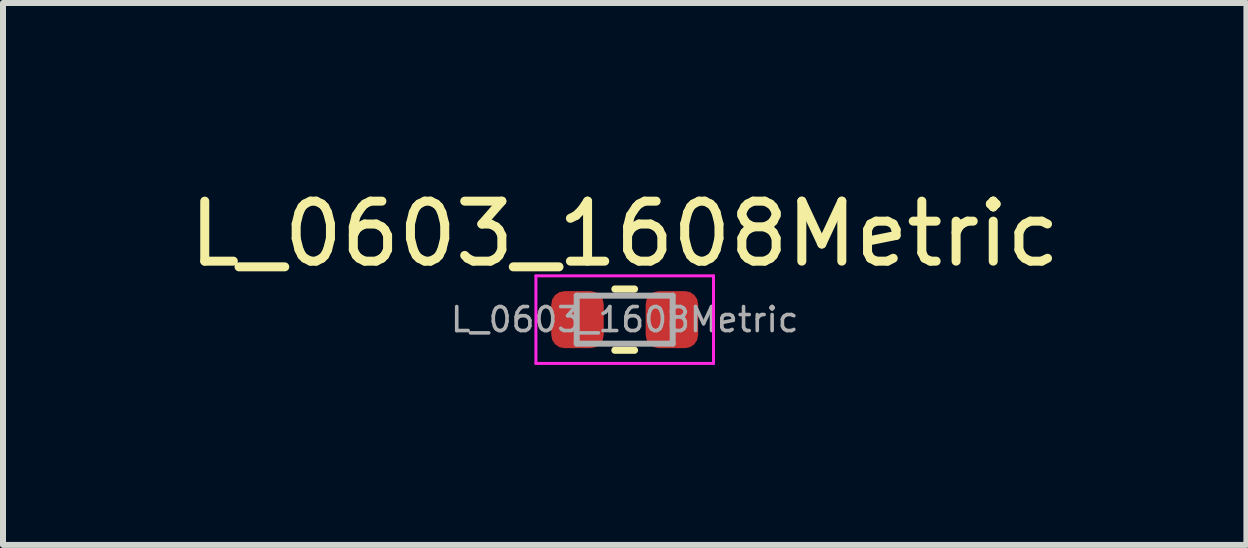
<source format=kicad_pcb>
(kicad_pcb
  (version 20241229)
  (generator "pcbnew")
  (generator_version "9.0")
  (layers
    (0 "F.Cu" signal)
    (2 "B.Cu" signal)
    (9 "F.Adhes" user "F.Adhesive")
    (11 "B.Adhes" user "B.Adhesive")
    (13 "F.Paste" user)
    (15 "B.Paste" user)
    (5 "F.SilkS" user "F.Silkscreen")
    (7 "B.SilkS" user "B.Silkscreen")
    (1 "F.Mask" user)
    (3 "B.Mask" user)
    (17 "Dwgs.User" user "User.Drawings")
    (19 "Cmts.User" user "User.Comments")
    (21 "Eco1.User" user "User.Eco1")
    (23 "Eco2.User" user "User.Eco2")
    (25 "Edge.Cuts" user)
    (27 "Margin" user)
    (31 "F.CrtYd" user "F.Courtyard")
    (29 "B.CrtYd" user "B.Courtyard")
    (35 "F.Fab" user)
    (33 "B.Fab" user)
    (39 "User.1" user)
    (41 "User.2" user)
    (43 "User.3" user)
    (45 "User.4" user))
  (footprint "L_0603_1608Metric"
    (layer "F.Cu")
    (at 7.363 2.278)
    (property "Reference" "L_0603_1608Metric" (at 0 -1.43 0) (layer "F.SilkS") (effects (font (size 1 1) (thickness 0.15))))
    (attr smd)
    (fp_line (start -0.163 -0.51) (end 0.163 -0.51) (stroke (width 0.12) (type solid)) (layer "F.SilkS"))
    (fp_line (start -0.163 0.51) (end 0.163 0.51) (stroke (width 0.12) (type solid)) (layer "F.SilkS"))
    (fp_line (start -1.48 -0.73) (end 1.48 -0.73) (stroke (width 0.05) (type solid)) (layer "F.CrtYd"))
    (fp_line (start -1.48 0.73) (end -1.48 -0.73) (stroke (width 0.05) (type solid)) (layer "F.CrtYd"))
    (fp_line (start 1.48 -0.73) (end 1.48 0.73) (stroke (width 0.05) (type solid)) (layer "F.CrtYd"))
    (fp_line (start 1.48 0.73) (end -1.48 0.73) (stroke (width 0.05) (type solid)) (layer "F.CrtYd"))
    (fp_line (start -0.8 -0.4) (end 0.8 -0.4) (stroke (width 0.1) (type solid)) (layer "F.Fab"))
    (fp_line (start -0.8 0.4) (end -0.8 -0.4) (stroke (width 0.1) (type solid)) (layer "F.Fab"))
    (fp_line (start 0.8 -0.4) (end 0.8 0.4) (stroke (width 0.1) (type solid)) (layer "F.Fab"))
    (fp_line (start 0.8 0.4) (end -0.8 0.4) (stroke (width 0.1) (type solid)) (layer "F.Fab"))
    (fp_text user "${REFERENCE}" (at 0 0 0) (layer "F.Fab") (effects (font (size 0.4 0.4) (thickness 0.06))))
    (pad "1" smd roundrect (at -0.787 0) (size 0.875 0.95) (layers "F.Cu" "F.Mask" "F.Paste") (roundrect_rratio 0.25))
    (pad "2" smd roundrect (at 0.787 0) (size 0.875 0.95) (layers "F.Cu" "F.Mask" "F.Paste") (roundrect_rratio 0.25)))
  (gr_rect
    (start -3 -3)
    (end 17.726 6.033)
    (stroke (width 0.1) (type default))
    (fill no)
    (layer "Edge.Cuts")))
</source>
